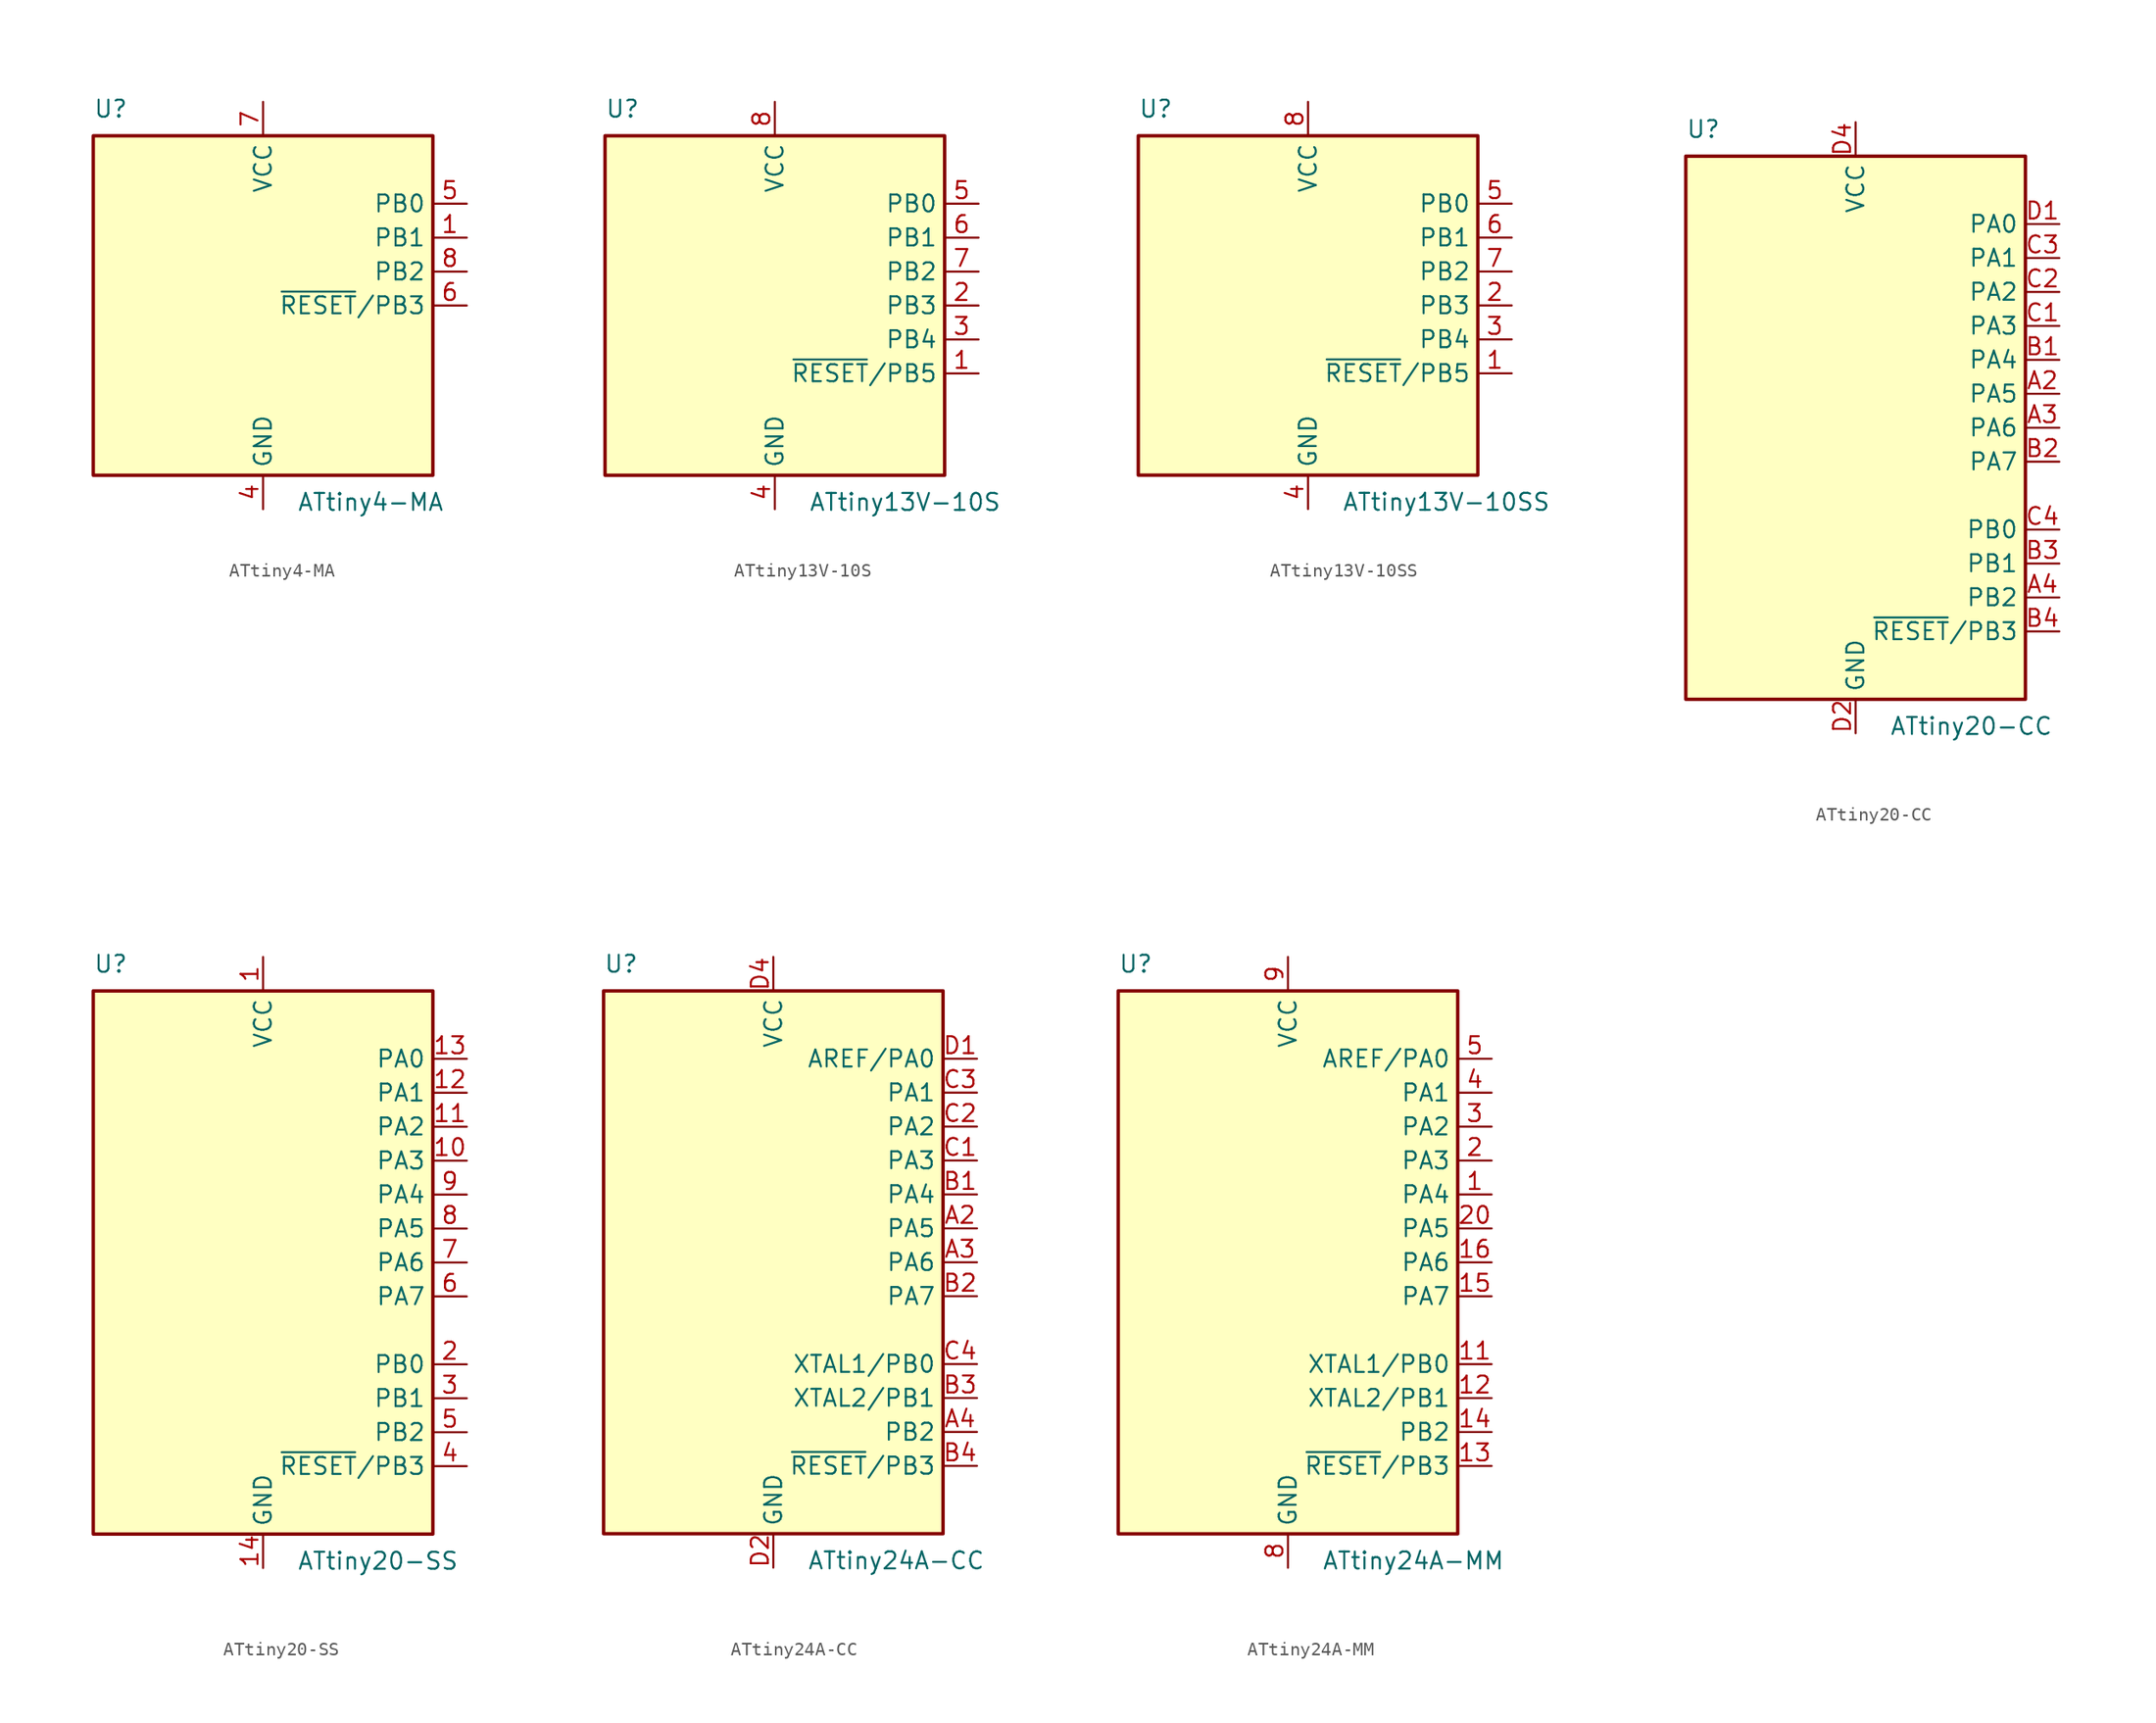
<source format=kicad_sym>
(kicad_symbol_lib
  (version 20211014)
  (generator kicad_symbol_editor)
  (symbol "ATtiny4-MA"
    (property "Reference" "U"
      (at -12.7 13.97 0)
      (effects (font (size 1.27 1.27)) (justify left bottom)))
    (property "Value" "ATtiny4-MA"
      (at 2.54 -13.97 0)
      (effects (font (size 1.27 1.27)) (justify left top)))
    (symbol "ATtiny4-MA_0_1"
      (rectangle (start -12.7 -12.7) (end 12.7 12.7) (stroke (width 0.254) (type default) (color 0 0 0 0)) (fill (type background))))
    (symbol "ATtiny4-MA_1_1"
      (pin bidirectional line (at 15.24 5.08 180) (length 2.54) (name "PB1" (effects (font (size 1.27 1.27)))) (number "1" (effects (font (size 1.27 1.27)))))
      (pin no_connect line (at -12.7 7.62 0) (length 2.54) hide (name "NC" (effects (font (size 1.27 1.27)))) (number "2" (effects (font (size 1.27 1.27)))))
      (pin no_connect line (at -12.7 5.08 0) (length 2.54) hide (name "NC" (effects (font (size 1.27 1.27)))) (number "3" (effects (font (size 1.27 1.27)))))
      (pin power_in line (at 0 -15.24 90) (length 2.54) (name "GND" (effects (font (size 1.27 1.27)))) (number "4" (effects (font (size 1.27 1.27)))))
      (pin bidirectional line (at 15.24 7.62 180) (length 2.54) (name "PB0" (effects (font (size 1.27 1.27)))) (number "5" (effects (font (size 1.27 1.27)))))
      (pin bidirectional line (at 15.24 0 180) (length 2.54) (name "~{RESET}/PB3" (effects (font (size 1.27 1.27)))) (number "6" (effects (font (size 1.27 1.27)))))
      (pin power_in line (at 0 15.24 270) (length 2.54) (name "VCC" (effects (font (size 1.27 1.27)))) (number "7" (effects (font (size 1.27 1.27)))))
      (pin bidirectional line (at 15.24 2.54 180) (length 2.54) (name "PB2" (effects (font (size 1.27 1.27)))) (number "8" (effects (font (size 1.27 1.27)))))))
  (symbol "ATtiny13V-10S"
    (property "Reference" "U"
      (at -12.7 13.97 0)
      (effects (font (size 1.27 1.27)) (justify left bottom)))
    (property "Value" "ATtiny13V-10S"
      (at 2.54 -13.97 0)
      (effects (font (size 1.27 1.27)) (justify left top)))
    (symbol "ATtiny13V-10S_0_1"
      (rectangle (start -12.7 -12.7) (end 12.7 12.7) (stroke (width 0.254) (type default) (color 0 0 0 0)) (fill (type background))))
    (symbol "ATtiny13V-10S_1_1"
      (pin bidirectional line (at 15.24 -5.08 180) (length 2.54) (name "~{RESET}/PB5" (effects (font (size 1.27 1.27)))) (number "1" (effects (font (size 1.27 1.27)))))
      (pin bidirectional line (at 15.24 0 180) (length 2.54) (name "PB3" (effects (font (size 1.27 1.27)))) (number "2" (effects (font (size 1.27 1.27)))))
      (pin bidirectional line (at 15.24 -2.54 180) (length 2.54) (name "PB4" (effects (font (size 1.27 1.27)))) (number "3" (effects (font (size 1.27 1.27)))))
      (pin power_in line (at 0 -15.24 90) (length 2.54) (name "GND" (effects (font (size 1.27 1.27)))) (number "4" (effects (font (size 1.27 1.27)))))
      (pin bidirectional line (at 15.24 7.62 180) (length 2.54) (name "PB0" (effects (font (size 1.27 1.27)))) (number "5" (effects (font (size 1.27 1.27)))))
      (pin bidirectional line (at 15.24 5.08 180) (length 2.54) (name "PB1" (effects (font (size 1.27 1.27)))) (number "6" (effects (font (size 1.27 1.27)))))
      (pin bidirectional line (at 15.24 2.54 180) (length 2.54) (name "PB2" (effects (font (size 1.27 1.27)))) (number "7" (effects (font (size 1.27 1.27)))))
      (pin power_in line (at 0 15.24 270) (length 2.54) (name "VCC" (effects (font (size 1.27 1.27)))) (number "8" (effects (font (size 1.27 1.27)))))))
  (symbol "ATtiny13V-10SS"
    (property "Reference" "U"
      (at -12.7 13.97 0)
      (effects (font (size 1.27 1.27)) (justify left bottom)))
    (property "Value" "ATtiny13V-10SS"
      (at 2.54 -13.97 0)
      (effects (font (size 1.27 1.27)) (justify left top)))
    (symbol "ATtiny13V-10SS_0_1"
      (rectangle (start -12.7 -12.7) (end 12.7 12.7) (stroke (width 0.254) (type default) (color 0 0 0 0)) (fill (type background))))
    (symbol "ATtiny13V-10SS_1_1"
      (pin bidirectional line (at 15.24 -5.08 180) (length 2.54) (name "~{RESET}/PB5" (effects (font (size 1.27 1.27)))) (number "1" (effects (font (size 1.27 1.27)))))
      (pin bidirectional line (at 15.24 0 180) (length 2.54) (name "PB3" (effects (font (size 1.27 1.27)))) (number "2" (effects (font (size 1.27 1.27)))))
      (pin bidirectional line (at 15.24 -2.54 180) (length 2.54) (name "PB4" (effects (font (size 1.27 1.27)))) (number "3" (effects (font (size 1.27 1.27)))))
      (pin power_in line (at 0 -15.24 90) (length 2.54) (name "GND" (effects (font (size 1.27 1.27)))) (number "4" (effects (font (size 1.27 1.27)))))
      (pin bidirectional line (at 15.24 7.62 180) (length 2.54) (name "PB0" (effects (font (size 1.27 1.27)))) (number "5" (effects (font (size 1.27 1.27)))))
      (pin bidirectional line (at 15.24 5.08 180) (length 2.54) (name "PB1" (effects (font (size 1.27 1.27)))) (number "6" (effects (font (size 1.27 1.27)))))
      (pin bidirectional line (at 15.24 2.54 180) (length 2.54) (name "PB2" (effects (font (size 1.27 1.27)))) (number "7" (effects (font (size 1.27 1.27)))))
      (pin power_in line (at 0 15.24 270) (length 2.54) (name "VCC" (effects (font (size 1.27 1.27)))) (number "8" (effects (font (size 1.27 1.27)))))))
  (symbol "ATtiny20-CC"
    (property "Reference" "U"
      (at -12.7 21.59 0)
      (effects (font (size 1.27 1.27)) (justify left bottom)))
    (property "Value" "ATtiny20-CC"
      (at 2.54 -21.59 0)
      (effects (font (size 1.27 1.27)) (justify left top)))
    (symbol "ATtiny20-CC_0_1"
      (rectangle (start -12.7 -20.32) (end 12.7 20.32) (stroke (width 0.254) (type default) (color 0 0 0 0)) (fill (type background))))
    (symbol "ATtiny20-CC_1_1"
      (pin bidirectional line (at 15.24 2.54 180) (length 2.54) (name "PA5" (effects (font (size 1.27 1.27)))) (number "A2" (effects (font (size 1.27 1.27)))))
      (pin bidirectional line (at 15.24 0 180) (length 2.54) (name "PA6" (effects (font (size 1.27 1.27)))) (number "A3" (effects (font (size 1.27 1.27)))))
      (pin bidirectional line (at 15.24 -12.7 180) (length 2.54) (name "PB2" (effects (font (size 1.27 1.27)))) (number "A4" (effects (font (size 1.27 1.27)))))
      (pin bidirectional line (at 15.24 5.08 180) (length 2.54) (name "PA4" (effects (font (size 1.27 1.27)))) (number "B1" (effects (font (size 1.27 1.27)))))
      (pin bidirectional line (at 15.24 -2.54 180) (length 2.54) (name "PA7" (effects (font (size 1.27 1.27)))) (number "B2" (effects (font (size 1.27 1.27)))))
      (pin bidirectional line (at 15.24 -10.16 180) (length 2.54) (name "PB1" (effects (font (size 1.27 1.27)))) (number "B3" (effects (font (size 1.27 1.27)))))
      (pin bidirectional line (at 15.24 -15.24 180) (length 2.54) (name "~{RESET}/PB3" (effects (font (size 1.27 1.27)))) (number "B4" (effects (font (size 1.27 1.27)))))
      (pin bidirectional line (at 15.24 7.62 180) (length 2.54) (name "PA3" (effects (font (size 1.27 1.27)))) (number "C1" (effects (font (size 1.27 1.27)))))
      (pin bidirectional line (at 15.24 10.16 180) (length 2.54) (name "PA2" (effects (font (size 1.27 1.27)))) (number "C2" (effects (font (size 1.27 1.27)))))
      (pin bidirectional line (at 15.24 12.7 180) (length 2.54) (name "PA1" (effects (font (size 1.27 1.27)))) (number "C3" (effects (font (size 1.27 1.27)))))
      (pin bidirectional line (at 15.24 -7.62 180) (length 2.54) (name "PB0" (effects (font (size 1.27 1.27)))) (number "C4" (effects (font (size 1.27 1.27)))))
      (pin bidirectional line (at 15.24 15.24 180) (length 2.54) (name "PA0" (effects (font (size 1.27 1.27)))) (number "D1" (effects (font (size 1.27 1.27)))))
      (pin power_in line (at 0 -22.86 90) (length 2.54) (name "GND" (effects (font (size 1.27 1.27)))) (number "D2" (effects (font (size 1.27 1.27)))))
      (pin passive line (at 0 -22.86 90) (length 2.54) hide (name "GND" (effects (font (size 1.27 1.27)))) (number "D3" (effects (font (size 1.27 1.27)))))
      (pin power_in line (at 0 22.86 270) (length 2.54) (name "VCC" (effects (font (size 1.27 1.27)))) (number "D4" (effects (font (size 1.27 1.27)))))))
  (symbol "ATtiny20-SS"
    (property "Reference" "U"
      (at -12.7 21.59 0)
      (effects (font (size 1.27 1.27)) (justify left bottom)))
    (property "Value" "ATtiny20-SS"
      (at 2.54 -21.59 0)
      (effects (font (size 1.27 1.27)) (justify left top)))
    (symbol "ATtiny20-SS_0_1"
      (rectangle (start -12.7 -20.32) (end 12.7 20.32) (stroke (width 0.254) (type default) (color 0 0 0 0)) (fill (type background))))
    (symbol "ATtiny20-SS_1_1"
      (pin power_in line (at 0 22.86 270) (length 2.54) (name "VCC" (effects (font (size 1.27 1.27)))) (number "1" (effects (font (size 1.27 1.27)))))
      (pin bidirectional line (at 15.24 7.62 180) (length 2.54) (name "PA3" (effects (font (size 1.27 1.27)))) (number "10" (effects (font (size 1.27 1.27)))))
      (pin bidirectional line (at 15.24 10.16 180) (length 2.54) (name "PA2" (effects (font (size 1.27 1.27)))) (number "11" (effects (font (size 1.27 1.27)))))
      (pin bidirectional line (at 15.24 12.7 180) (length 2.54) (name "PA1" (effects (font (size 1.27 1.27)))) (number "12" (effects (font (size 1.27 1.27)))))
      (pin bidirectional line (at 15.24 15.24 180) (length 2.54) (name "PA0" (effects (font (size 1.27 1.27)))) (number "13" (effects (font (size 1.27 1.27)))))
      (pin power_in line (at 0 -22.86 90) (length 2.54) (name "GND" (effects (font (size 1.27 1.27)))) (number "14" (effects (font (size 1.27 1.27)))))
      (pin bidirectional line (at 15.24 -7.62 180) (length 2.54) (name "PB0" (effects (font (size 1.27 1.27)))) (number "2" (effects (font (size 1.27 1.27)))))
      (pin bidirectional line (at 15.24 -10.16 180) (length 2.54) (name "PB1" (effects (font (size 1.27 1.27)))) (number "3" (effects (font (size 1.27 1.27)))))
      (pin bidirectional line (at 15.24 -15.24 180) (length 2.54) (name "~{RESET}/PB3" (effects (font (size 1.27 1.27)))) (number "4" (effects (font (size 1.27 1.27)))))
      (pin bidirectional line (at 15.24 -12.7 180) (length 2.54) (name "PB2" (effects (font (size 1.27 1.27)))) (number "5" (effects (font (size 1.27 1.27)))))
      (pin bidirectional line (at 15.24 -2.54 180) (length 2.54) (name "PA7" (effects (font (size 1.27 1.27)))) (number "6" (effects (font (size 1.27 1.27)))))
      (pin bidirectional line (at 15.24 0 180) (length 2.54) (name "PA6" (effects (font (size 1.27 1.27)))) (number "7" (effects (font (size 1.27 1.27)))))
      (pin bidirectional line (at 15.24 2.54 180) (length 2.54) (name "PA5" (effects (font (size 1.27 1.27)))) (number "8" (effects (font (size 1.27 1.27)))))
      (pin bidirectional line (at 15.24 5.08 180) (length 2.54) (name "PA4" (effects (font (size 1.27 1.27)))) (number "9" (effects (font (size 1.27 1.27)))))))
  (symbol "ATtiny24A-CC"
    (property "Reference" "U"
      (at -12.7 21.59 0)
      (effects (font (size 1.27 1.27)) (justify left bottom)))
    (property "Value" "ATtiny24A-CC"
      (at 2.54 -21.59 0)
      (effects (font (size 1.27 1.27)) (justify left top)))
    (symbol "ATtiny24A-CC_0_1"
      (rectangle (start -12.7 -20.32) (end 12.7 20.32) (stroke (width 0.254) (type default) (color 0 0 0 0)) (fill (type background))))
    (symbol "ATtiny24A-CC_1_1"
      (pin bidirectional line (at 15.24 2.54 180) (length 2.54) (name "PA5" (effects (font (size 1.27 1.27)))) (number "A2" (effects (font (size 1.27 1.27)))))
      (pin bidirectional line (at 15.24 0 180) (length 2.54) (name "PA6" (effects (font (size 1.27 1.27)))) (number "A3" (effects (font (size 1.27 1.27)))))
      (pin bidirectional line (at 15.24 -12.7 180) (length 2.54) (name "PB2" (effects (font (size 1.27 1.27)))) (number "A4" (effects (font (size 1.27 1.27)))))
      (pin bidirectional line (at 15.24 5.08 180) (length 2.54) (name "PA4" (effects (font (size 1.27 1.27)))) (number "B1" (effects (font (size 1.27 1.27)))))
      (pin bidirectional line (at 15.24 -2.54 180) (length 2.54) (name "PA7" (effects (font (size 1.27 1.27)))) (number "B2" (effects (font (size 1.27 1.27)))))
      (pin bidirectional line (at 15.24 -10.16 180) (length 2.54) (name "XTAL2/PB1" (effects (font (size 1.27 1.27)))) (number "B3" (effects (font (size 1.27 1.27)))))
      (pin bidirectional line (at 15.24 -15.24 180) (length 2.54) (name "~{RESET}/PB3" (effects (font (size 1.27 1.27)))) (number "B4" (effects (font (size 1.27 1.27)))))
      (pin bidirectional line (at 15.24 7.62 180) (length 2.54) (name "PA3" (effects (font (size 1.27 1.27)))) (number "C1" (effects (font (size 1.27 1.27)))))
      (pin bidirectional line (at 15.24 10.16 180) (length 2.54) (name "PA2" (effects (font (size 1.27 1.27)))) (number "C2" (effects (font (size 1.27 1.27)))))
      (pin bidirectional line (at 15.24 12.7 180) (length 2.54) (name "PA1" (effects (font (size 1.27 1.27)))) (number "C3" (effects (font (size 1.27 1.27)))))
      (pin bidirectional line (at 15.24 -7.62 180) (length 2.54) (name "XTAL1/PB0" (effects (font (size 1.27 1.27)))) (number "C4" (effects (font (size 1.27 1.27)))))
      (pin bidirectional line (at 15.24 15.24 180) (length 2.54) (name "AREF/PA0" (effects (font (size 1.27 1.27)))) (number "D1" (effects (font (size 1.27 1.27)))))
      (pin power_in line (at 0 -22.86 90) (length 2.54) (name "GND" (effects (font (size 1.27 1.27)))) (number "D2" (effects (font (size 1.27 1.27)))))
      (pin passive line (at 0 -22.86 90) (length 2.54) hide (name "GND" (effects (font (size 1.27 1.27)))) (number "D3" (effects (font (size 1.27 1.27)))))
      (pin power_in line (at 0 22.86 270) (length 2.54) (name "VCC" (effects (font (size 1.27 1.27)))) (number "D4" (effects (font (size 1.27 1.27)))))))
  (symbol "ATtiny24A-MM"
    (property "Reference" "U"
      (at -12.7 21.59 0)
      (effects (font (size 1.27 1.27)) (justify left bottom)))
    (property "Value" "ATtiny24A-MM"
      (at 2.54 -21.59 0)
      (effects (font (size 1.27 1.27)) (justify left top)))
    (symbol "ATtiny24A-MM_0_1"
      (rectangle (start -12.7 -20.32) (end 12.7 20.32) (stroke (width 0.254) (type default) (color 0 0 0 0)) (fill (type background))))
    (symbol "ATtiny24A-MM_1_1"
      (pin bidirectional line (at 15.24 5.08 180) (length 2.54) (name "PA4" (effects (font (size 1.27 1.27)))) (number "1" (effects (font (size 1.27 1.27)))))
      (pin no_connect line (at -12.7 -10.16 0) (length 2.54) hide (name "NC" (effects (font (size 1.27 1.27)))) (number "10" (effects (font (size 1.27 1.27)))))
      (pin bidirectional line (at 15.24 -7.62 180) (length 2.54) (name "XTAL1/PB0" (effects (font (size 1.27 1.27)))) (number "11" (effects (font (size 1.27 1.27)))))
      (pin bidirectional line (at 15.24 -10.16 180) (length 2.54) (name "XTAL2/PB1" (effects (font (size 1.27 1.27)))) (number "12" (effects (font (size 1.27 1.27)))))
      (pin bidirectional line (at 15.24 -15.24 180) (length 2.54) (name "~{RESET}/PB3" (effects (font (size 1.27 1.27)))) (number "13" (effects (font (size 1.27 1.27)))))
      (pin bidirectional line (at 15.24 -12.7 180) (length 2.54) (name "PB2" (effects (font (size 1.27 1.27)))) (number "14" (effects (font (size 1.27 1.27)))))
      (pin bidirectional line (at 15.24 -2.54 180) (length 2.54) (name "PA7" (effects (font (size 1.27 1.27)))) (number "15" (effects (font (size 1.27 1.27)))))
      (pin bidirectional line (at 15.24 0 180) (length 2.54) (name "PA6" (effects (font (size 1.27 1.27)))) (number "16" (effects (font (size 1.27 1.27)))))
      (pin no_connect line (at -12.7 -12.7 0) (length 2.54) hide (name "NC" (effects (font (size 1.27 1.27)))) (number "17" (effects (font (size 1.27 1.27)))))
      (pin no_connect line (at -12.7 -15.24 0) (length 2.54) hide (name "NC" (effects (font (size 1.27 1.27)))) (number "18" (effects (font (size 1.27 1.27)))))
      (pin no_connect line (at -12.7 -17.78 0) (length 2.54) hide (name "NC" (effects (font (size 1.27 1.27)))) (number "19" (effects (font (size 1.27 1.27)))))
      (pin bidirectional line (at 15.24 7.62 180) (length 2.54) (name "PA3" (effects (font (size 1.27 1.27)))) (number "2" (effects (font (size 1.27 1.27)))))
      (pin bidirectional line (at 15.24 2.54 180) (length 2.54) (name "PA5" (effects (font (size 1.27 1.27)))) (number "20" (effects (font (size 1.27 1.27)))))
      (pin passive line (at 0 -22.86 90) (length 2.54) hide (name "GND" (effects (font (size 1.27 1.27)))) (number "21" (effects (font (size 1.27 1.27)))))
      (pin bidirectional line (at 15.24 10.16 180) (length 2.54) (name "PA2" (effects (font (size 1.27 1.27)))) (number "3" (effects (font (size 1.27 1.27)))))
      (pin bidirectional line (at 15.24 12.7 180) (length 2.54) (name "PA1" (effects (font (size 1.27 1.27)))) (number "4" (effects (font (size 1.27 1.27)))))
      (pin bidirectional line (at 15.24 15.24 180) (length 2.54) (name "AREF/PA0" (effects (font (size 1.27 1.27)))) (number "5" (effects (font (size 1.27 1.27)))))
      (pin no_connect line (at -12.7 -5.08 0) (length 2.54) hide (name "NC" (effects (font (size 1.27 1.27)))) (number "6" (effects (font (size 1.27 1.27)))))
      (pin no_connect line (at -12.7 -7.62 0) (length 2.54) hide (name "NC" (effects (font (size 1.27 1.27)))) (number "7" (effects (font (size 1.27 1.27)))))
      (pin power_in line (at 0 -22.86 90) (length 2.54) (name "GND" (effects (font (size 1.27 1.27)))) (number "8" (effects (font (size 1.27 1.27)))))
      (pin power_in line (at 0 22.86 270) (length 2.54) (name "VCC" (effects (font (size 1.27 1.27)))) (number "9" (effects (font (size 1.27 1.27))))))))
</source>
